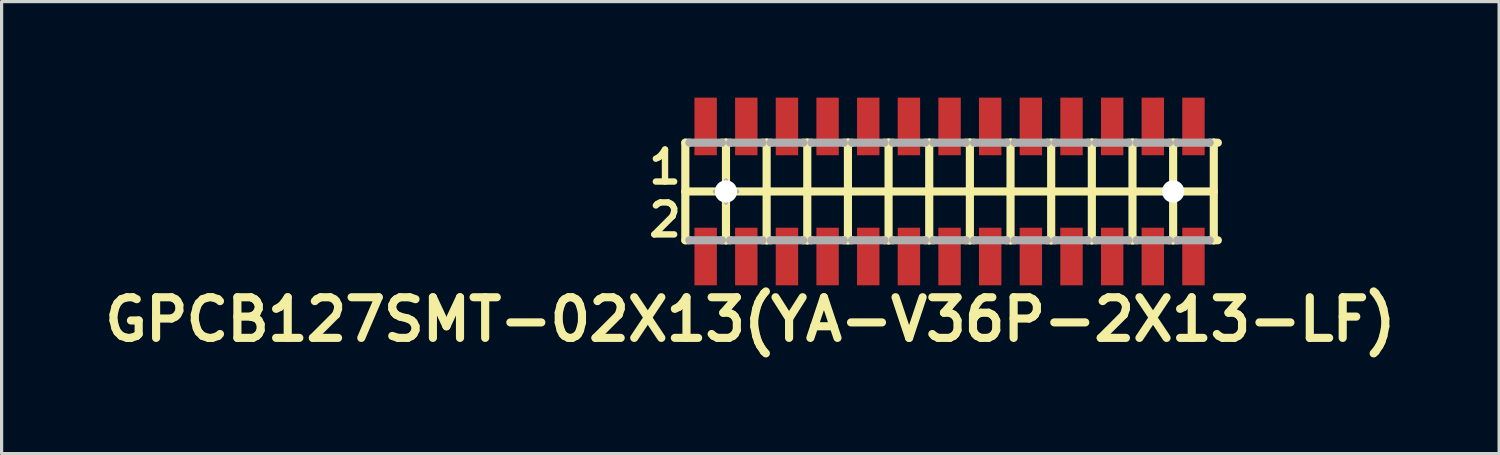
<source format=kicad_pcb>
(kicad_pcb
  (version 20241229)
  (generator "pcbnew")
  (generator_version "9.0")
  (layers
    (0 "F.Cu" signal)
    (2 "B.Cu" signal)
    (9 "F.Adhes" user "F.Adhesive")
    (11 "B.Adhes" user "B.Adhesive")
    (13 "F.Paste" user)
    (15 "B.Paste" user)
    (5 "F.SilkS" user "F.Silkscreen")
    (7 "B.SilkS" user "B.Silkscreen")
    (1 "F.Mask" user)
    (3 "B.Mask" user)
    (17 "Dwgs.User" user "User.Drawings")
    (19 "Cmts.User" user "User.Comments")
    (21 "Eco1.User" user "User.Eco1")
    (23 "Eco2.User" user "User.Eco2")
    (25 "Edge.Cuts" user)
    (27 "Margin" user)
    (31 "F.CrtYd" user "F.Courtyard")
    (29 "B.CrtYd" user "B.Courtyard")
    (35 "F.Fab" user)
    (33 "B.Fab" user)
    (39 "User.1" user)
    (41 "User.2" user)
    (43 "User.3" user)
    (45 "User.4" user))
  (footprint "GPCB127SMT-02X13(YA-V36P-2X13-LF)"
    (layer "F.Cu")
    (at 26.616 2.932)
    (property "Reference" "GPCB127SMT-02X13(YA-V36P-2X13-LF)" (at -6.223 4 0) (layer "F.SilkS") (effects (font (size 1.27 1.27) (thickness 0.254))))
    (attr smd)
    (fp_line (start -8.255 -1.524) (end -8.255 0) (stroke (width 0.254) (type solid)) (layer "F.SilkS"))
    (fp_line (start -8.255 0) (end -8.255 1.524) (stroke (width 0.254) (type solid)) (layer "F.SilkS"))
    (fp_line (start -8.255 0) (end -6.985 0) (stroke (width 0.254) (type solid)) (layer "F.SilkS"))
    (fp_line (start -8.255 1.524) (end -8.128 1.524) (stroke (width 0.254) (type solid)) (layer "F.SilkS"))
    (fp_line (start -8.128 -1.524) (end -8.255 -1.524) (stroke (width 0.254) (type solid)) (layer "F.SilkS"))
    (fp_line (start -7.112 -1.524) (end -6.985 -1.524) (stroke (width 0.254) (type solid)) (layer "F.SilkS"))
    (fp_line (start -7.112 1.524) (end -6.985 1.524) (stroke (width 0.254) (type solid)) (layer "F.SilkS"))
    (fp_line (start -6.985 -1.524) (end -6.858 -1.524) (stroke (width 0.254) (type solid)) (layer "F.SilkS"))
    (fp_line (start -6.985 0) (end -6.985 -1.524) (stroke (width 0.254) (type solid)) (layer "F.SilkS"))
    (fp_line (start -6.985 0) (end -5.715 0) (stroke (width 0.254) (type solid)) (layer "F.SilkS"))
    (fp_line (start -6.985 1.524) (end -6.985 0) (stroke (width 0.254) (type solid)) (layer "F.SilkS"))
    (fp_line (start -6.985 1.524) (end -6.858 1.524) (stroke (width 0.254) (type solid)) (layer "F.SilkS"))
    (fp_line (start -5.842 -1.524) (end -5.715 -1.524) (stroke (width 0.254) (type solid)) (layer "F.SilkS"))
    (fp_line (start -5.842 1.524) (end -5.715 1.524) (stroke (width 0.254) (type solid)) (layer "F.SilkS"))
    (fp_line (start -5.715 -1.524) (end -5.588 -1.524) (stroke (width 0.254) (type solid)) (layer "F.SilkS"))
    (fp_line (start -5.715 0) (end -5.715 -1.524) (stroke (width 0.254) (type solid)) (layer "F.SilkS"))
    (fp_line (start -5.715 0) (end -4.445 0) (stroke (width 0.254) (type solid)) (layer "F.SilkS"))
    (fp_line (start -5.715 1.524) (end -5.715 0) (stroke (width 0.254) (type solid)) (layer "F.SilkS"))
    (fp_line (start -5.715 1.524) (end -5.588 1.524) (stroke (width 0.254) (type solid)) (layer "F.SilkS"))
    (fp_line (start -4.572 -1.524) (end -4.445 -1.524) (stroke (width 0.254) (type solid)) (layer "F.SilkS"))
    (fp_line (start -4.572 1.524) (end -4.445 1.524) (stroke (width 0.254) (type solid)) (layer "F.SilkS"))
    (fp_line (start -4.445 -1.524) (end -4.318 -1.524) (stroke (width 0.254) (type solid)) (layer "F.SilkS"))
    (fp_line (start -4.445 0) (end -4.445 -1.524) (stroke (width 0.254) (type solid)) (layer "F.SilkS"))
    (fp_line (start -4.445 0) (end -3.175 0) (stroke (width 0.254) (type solid)) (layer "F.SilkS"))
    (fp_line (start -4.445 1.524) (end -4.445 0) (stroke (width 0.254) (type solid)) (layer "F.SilkS"))
    (fp_line (start -4.445 1.524) (end -4.318 1.524) (stroke (width 0.254) (type solid)) (layer "F.SilkS"))
    (fp_line (start -3.302 -1.524) (end -3.175 -1.524) (stroke (width 0.254) (type solid)) (layer "F.SilkS"))
    (fp_line (start -3.302 1.524) (end -3.175 1.524) (stroke (width 0.254) (type solid)) (layer "F.SilkS"))
    (fp_line (start -3.175 -1.524) (end -3.048 -1.524) (stroke (width 0.254) (type solid)) (layer "F.SilkS"))
    (fp_line (start -3.175 0) (end -3.175 -1.524) (stroke (width 0.254) (type solid)) (layer "F.SilkS"))
    (fp_line (start -3.175 0) (end -1.905 0) (stroke (width 0.254) (type solid)) (layer "F.SilkS"))
    (fp_line (start -3.175 1.524) (end -3.175 0) (stroke (width 0.254) (type solid)) (layer "F.SilkS"))
    (fp_line (start -3.175 1.524) (end -3.048 1.524) (stroke (width 0.254) (type solid)) (layer "F.SilkS"))
    (fp_line (start -2.032 -1.524) (end -1.905 -1.524) (stroke (width 0.254) (type solid)) (layer "F.SilkS"))
    (fp_line (start -2.032 1.524) (end -1.905 1.524) (stroke (width 0.254) (type solid)) (layer "F.SilkS"))
    (fp_line (start -1.905 -1.524) (end -1.778 -1.524) (stroke (width 0.254) (type solid)) (layer "F.SilkS"))
    (fp_line (start -1.905 0) (end -1.905 -1.524) (stroke (width 0.254) (type solid)) (layer "F.SilkS"))
    (fp_line (start -1.905 0) (end -0.635 0) (stroke (width 0.254) (type solid)) (layer "F.SilkS"))
    (fp_line (start -1.905 1.524) (end -1.905 0) (stroke (width 0.254) (type solid)) (layer "F.SilkS"))
    (fp_line (start -1.905 1.524) (end -1.778 1.524) (stroke (width 0.254) (type solid)) (layer "F.SilkS"))
    (fp_line (start -0.762 -1.524) (end -0.635 -1.524) (stroke (width 0.254) (type solid)) (layer "F.SilkS"))
    (fp_line (start -0.762 1.524) (end -0.635 1.524) (stroke (width 0.254) (type solid)) (layer "F.SilkS"))
    (fp_line (start -0.635 -1.524) (end -0.508 -1.524) (stroke (width 0.254) (type solid)) (layer "F.SilkS"))
    (fp_line (start -0.635 0) (end -0.635 -1.524) (stroke (width 0.254) (type solid)) (layer "F.SilkS"))
    (fp_line (start -0.635 0) (end 0.635 0) (stroke (width 0.254) (type solid)) (layer "F.SilkS"))
    (fp_line (start -0.635 1.524) (end -0.635 0) (stroke (width 0.254) (type solid)) (layer "F.SilkS"))
    (fp_line (start -0.635 1.524) (end -0.508 1.524) (stroke (width 0.254) (type solid)) (layer "F.SilkS"))
    (fp_line (start 0.508 -1.524) (end 0.635 -1.524) (stroke (width 0.254) (type solid)) (layer "F.SilkS"))
    (fp_line (start 0.508 1.524) (end 0.635 1.524) (stroke (width 0.254) (type solid)) (layer "F.SilkS"))
    (fp_line (start 0.635 -1.524) (end 0.762 -1.524) (stroke (width 0.254) (type solid)) (layer "F.SilkS"))
    (fp_line (start 0.635 0) (end 0.635 -1.524) (stroke (width 0.254) (type solid)) (layer "F.SilkS"))
    (fp_line (start 0.635 0) (end 1.905 0) (stroke (width 0.254) (type solid)) (layer "F.SilkS"))
    (fp_line (start 0.635 1.524) (end 0.635 0) (stroke (width 0.254) (type solid)) (layer "F.SilkS"))
    (fp_line (start 0.635 1.524) (end 0.762 1.524) (stroke (width 0.254) (type solid)) (layer "F.SilkS"))
    (fp_line (start 1.778 -1.524) (end 1.905 -1.524) (stroke (width 0.254) (type solid)) (layer "F.SilkS"))
    (fp_line (start 1.778 1.524) (end 1.905 1.524) (stroke (width 0.254) (type solid)) (layer "F.SilkS"))
    (fp_line (start 1.905 -1.524) (end 2.032 -1.524) (stroke (width 0.254) (type solid)) (layer "F.SilkS"))
    (fp_line (start 1.905 0) (end 1.905 -1.524) (stroke (width 0.254) (type solid)) (layer "F.SilkS"))
    (fp_line (start 1.905 0) (end 3.175 0) (stroke (width 0.254) (type solid)) (layer "F.SilkS"))
    (fp_line (start 1.905 1.524) (end 1.905 0) (stroke (width 0.254) (type solid)) (layer "F.SilkS"))
    (fp_line (start 1.905 1.524) (end 2.032 1.524) (stroke (width 0.254) (type solid)) (layer "F.SilkS"))
    (fp_line (start 3.048 -1.524) (end 3.302 -1.524) (stroke (width 0.254) (type solid)) (layer "F.SilkS"))
    (fp_line (start 3.048 1.524) (end 3.175 1.524) (stroke (width 0.254) (type solid)) (layer "F.SilkS"))
    (fp_line (start 3.175 0) (end 3.175 -1.524) (stroke (width 0.254) (type solid)) (layer "F.SilkS"))
    (fp_line (start 3.175 0) (end 4.445 0) (stroke (width 0.254) (type solid)) (layer "F.SilkS"))
    (fp_line (start 3.175 1.524) (end 3.175 0) (stroke (width 0.254) (type solid)) (layer "F.SilkS"))
    (fp_line (start 3.175 1.524) (end 3.302 1.524) (stroke (width 0.254) (type solid)) (layer "F.SilkS"))
    (fp_line (start 4.318 -1.524) (end 4.445 -1.524) (stroke (width 0.254) (type solid)) (layer "F.SilkS"))
    (fp_line (start 4.445 -1.524) (end 4.445 0) (stroke (width 0.254) (type solid)) (layer "F.SilkS"))
    (fp_line (start 4.445 0) (end 4.445 1.524) (stroke (width 0.254) (type solid)) (layer "F.SilkS"))
    (fp_line (start 4.445 0) (end 5.715 0) (stroke (width 0.254) (type solid)) (layer "F.SilkS"))
    (fp_line (start 4.445 1.524) (end 4.318 1.524) (stroke (width 0.254) (type solid)) (layer "F.SilkS"))
    (fp_line (start 4.445 1.524) (end 4.572 1.524) (stroke (width 0.254) (type solid)) (layer "F.SilkS"))
    (fp_line (start 4.572 -1.524) (end 4.445 -1.524) (stroke (width 0.254) (type solid)) (layer "F.SilkS"))
    (fp_line (start 5.588 -1.524) (end 5.715 -1.524) (stroke (width 0.254) (type solid)) (layer "F.SilkS"))
    (fp_line (start 5.588 1.524) (end 5.715 1.524) (stroke (width 0.254) (type solid)) (layer "F.SilkS"))
    (fp_line (start 5.715 -1.524) (end 5.842 -1.524) (stroke (width 0.254) (type solid)) (layer "F.SilkS"))
    (fp_line (start 5.715 0) (end 5.715 -1.524) (stroke (width 0.254) (type solid)) (layer "F.SilkS"))
    (fp_line (start 5.715 0) (end 6.985 0) (stroke (width 0.254) (type solid)) (layer "F.SilkS"))
    (fp_line (start 5.715 1.524) (end 5.715 0) (stroke (width 0.254) (type solid)) (layer "F.SilkS"))
    (fp_line (start 5.715 1.524) (end 5.842 1.524) (stroke (width 0.254) (type solid)) (layer "F.SilkS"))
    (fp_line (start 6.858 -1.524) (end 6.985 -1.524) (stroke (width 0.254) (type solid)) (layer "F.SilkS"))
    (fp_line (start 6.858 1.524) (end 6.985 1.524) (stroke (width 0.254) (type solid)) (layer "F.SilkS"))
    (fp_line (start 6.985 -1.524) (end 7.112 -1.524) (stroke (width 0.254) (type solid)) (layer "F.SilkS"))
    (fp_line (start 6.985 0) (end 6.985 -1.524) (stroke (width 0.254) (type solid)) (layer "F.SilkS"))
    (fp_line (start 6.985 0) (end 8.255 0) (stroke (width 0.254) (type solid)) (layer "F.SilkS"))
    (fp_line (start 6.985 1.524) (end 6.985 0) (stroke (width 0.254) (type solid)) (layer "F.SilkS"))
    (fp_line (start 6.985 1.524) (end 7.112 1.524) (stroke (width 0.254) (type solid)) (layer "F.SilkS"))
    (fp_line (start 8.128 -1.524) (end 8.255 -1.524) (stroke (width 0.254) (type solid)) (layer "F.SilkS"))
    (fp_line (start 8.128 1.524) (end 8.255 1.524) (stroke (width 0.254) (type solid)) (layer "F.SilkS"))
    (fp_line (start 8.255 -1.524) (end 8.382 -1.524) (stroke (width 0.254) (type solid)) (layer "F.SilkS"))
    (fp_line (start 8.255 0) (end 8.255 -1.524) (stroke (width 0.254) (type solid)) (layer "F.SilkS"))
    (fp_line (start 8.255 1.524) (end 8.255 0) (stroke (width 0.254) (type solid)) (layer "F.SilkS"))
    (fp_line (start 8.255 1.524) (end 8.382 1.524) (stroke (width 0.254) (type solid)) (layer "F.SilkS"))
    (fp_line (start -8.128 -1.524) (end -7.112 -1.524) (stroke (width 0.254) (type solid)) (layer "F.Fab"))
    (fp_line (start -8.128 1.524) (end -7.112 1.524) (stroke (width 0.254) (type solid)) (layer "F.Fab"))
    (fp_line (start -7.333 0) (end -6.634 0) (stroke (width 0.127) (type solid)) (layer "F.Fab"))
    (fp_line (start -6.985 0.348) (end -6.985 -0.348) (stroke (width 0.127) (type solid)) (layer "F.Fab"))
    (fp_line (start -6.858 -1.524) (end -5.842 -1.524) (stroke (width 0.254) (type solid)) (layer "F.Fab"))
    (fp_line (start -6.858 1.524) (end -5.842 1.524) (stroke (width 0.254) (type solid)) (layer "F.Fab"))
    (fp_line (start -5.588 -1.524) (end -4.572 -1.524) (stroke (width 0.254) (type solid)) (layer "F.Fab"))
    (fp_line (start -5.588 1.524) (end -4.572 1.524) (stroke (width 0.254) (type solid)) (layer "F.Fab"))
    (fp_line (start -4.318 -1.524) (end -3.302 -1.524) (stroke (width 0.254) (type solid)) (layer "F.Fab"))
    (fp_line (start -4.318 1.524) (end -3.302 1.524) (stroke (width 0.254) (type solid)) (layer "F.Fab"))
    (fp_line (start -3.048 -1.524) (end -2.032 -1.524) (stroke (width 0.254) (type solid)) (layer "F.Fab"))
    (fp_line (start -3.048 1.524) (end -2.032 1.524) (stroke (width 0.254) (type solid)) (layer "F.Fab"))
    (fp_line (start -1.778 -1.524) (end -0.762 -1.524) (stroke (width 0.254) (type solid)) (layer "F.Fab"))
    (fp_line (start -1.778 1.524) (end -0.762 1.524) (stroke (width 0.254) (type solid)) (layer "F.Fab"))
    (fp_line (start -0.508 -1.524) (end 0.508 -1.524) (stroke (width 0.254) (type solid)) (layer "F.Fab"))
    (fp_line (start -0.508 1.524) (end 0.508 1.524) (stroke (width 0.254) (type solid)) (layer "F.Fab"))
    (fp_line (start 0.762 -1.524) (end 1.778 -1.524) (stroke (width 0.254) (type solid)) (layer "F.Fab"))
    (fp_line (start 0.762 1.524) (end 1.778 1.524) (stroke (width 0.254) (type solid)) (layer "F.Fab"))
    (fp_line (start 2.032 -1.524) (end 3.048 -1.524) (stroke (width 0.254) (type solid)) (layer "F.Fab"))
    (fp_line (start 2.032 1.524) (end 3.048 1.524) (stroke (width 0.254) (type solid)) (layer "F.Fab"))
    (fp_line (start 3.302 -1.524) (end 4.318 -1.524) (stroke (width 0.254) (type solid)) (layer "F.Fab"))
    (fp_line (start 3.302 1.524) (end 4.318 1.524) (stroke (width 0.254) (type solid)) (layer "F.Fab"))
    (fp_line (start 4.572 -1.524) (end 5.588 -1.524) (stroke (width 0.254) (type solid)) (layer "F.Fab"))
    (fp_line (start 4.572 1.524) (end 5.588 1.524) (stroke (width 0.254) (type solid)) (layer "F.Fab"))
    (fp_line (start 5.842 -1.524) (end 6.858 -1.524) (stroke (width 0.254) (type solid)) (layer "F.Fab"))
    (fp_line (start 5.842 1.524) (end 6.858 1.524) (stroke (width 0.254) (type solid)) (layer "F.Fab"))
    (fp_line (start 7.112 -1.524) (end 8.128 -1.524) (stroke (width 0.254) (type solid)) (layer "F.Fab"))
    (fp_line (start 7.112 1.524) (end 8.128 1.524) (stroke (width 0.254) (type solid)) (layer "F.Fab"))
    (fp_circle (center -6.985 0) (end -7.158 0.173) (stroke (width 0.127) (type solid)) (fill no) (layer "F.Fab"))
    (fp_text user "1" (at -8.89 -0.762 0) (layer "F.SilkS") (effects (font (size 1 1) (thickness 0.2))))
    (fp_text user "2" (at -8.89 0.889 0) (layer "F.SilkS") (effects (font (size 1 1) (thickness 0.2))))
    (pad "" np_thru_hole circle (at -6.985 0 90) (size 0.7 0.7) (drill 0.7) (layers "*.Cu" "*.Mask"))
    (pad "" np_thru_hole circle (at 6.985 0 90) (size 0.7 0.7) (drill 0.7) (layers "*.Cu" "*.Mask"))
    (pad "1" smd rect (at -7.62 -2.032 270) (size 1.8 0.7) (layers "F.Cu" "F.Mask" "F.Paste"))
    (pad "2" smd rect (at -7.62 2.032 270) (size 1.8 0.7) (layers "F.Cu" "F.Mask" "F.Paste"))
    (pad "3" smd rect (at -6.35 -2.032 270) (size 1.8 0.7) (layers "F.Cu" "F.Mask" "F.Paste"))
    (pad "4" smd rect (at -6.35 2.032 270) (size 1.8 0.7) (layers "F.Cu" "F.Mask" "F.Paste"))
    (pad "5" smd rect (at -5.08 -2.032 270) (size 1.8 0.7) (layers "F.Cu" "F.Mask" "F.Paste"))
    (pad "6" smd rect (at -5.08 2.032 270) (size 1.8 0.7) (layers "F.Cu" "F.Mask" "F.Paste"))
    (pad "7" smd rect (at -3.81 -2.032 270) (size 1.8 0.7) (layers "F.Cu" "F.Mask" "F.Paste"))
    (pad "8" smd rect (at -3.81 2.032 270) (size 1.8 0.7) (layers "F.Cu" "F.Mask" "F.Paste"))
    (pad "9" smd rect (at -2.54 -2.032 270) (size 1.8 0.7) (layers "F.Cu" "F.Mask" "F.Paste"))
    (pad "10" smd rect (at -2.54 2.032 270) (size 1.8 0.7) (layers "F.Cu" "F.Mask" "F.Paste"))
    (pad "11" smd rect (at -1.27 -2.032 270) (size 1.8 0.7) (layers "F.Cu" "F.Mask" "F.Paste"))
    (pad "12" smd rect (at -1.27 2.032 270) (size 1.8 0.7) (layers "F.Cu" "F.Mask" "F.Paste"))
    (pad "13" smd rect (at 0 -2.032 90) (size 1.8 0.7) (layers "F.Cu" "F.Mask" "F.Paste"))
    (pad "14" smd rect (at 0 2.032 90) (size 1.8 0.7) (layers "F.Cu" "F.Mask" "F.Paste"))
    (pad "15" smd rect (at 1.27 -2.032 90) (size 1.8 0.7) (layers "F.Cu" "F.Mask" "F.Paste"))
    (pad "16" smd rect (at 1.27 2.032 90) (size 1.8 0.7) (layers "F.Cu" "F.Mask" "F.Paste"))
    (pad "17" smd rect (at 2.54 -2.032 90) (size 1.8 0.7) (layers "F.Cu" "F.Mask" "F.Paste"))
    (pad "18" smd rect (at 2.54 2.032 90) (size 1.8 0.7) (layers "F.Cu" "F.Mask" "F.Paste"))
    (pad "19" smd rect (at 3.81 -2.032 90) (size 1.8 0.7) (layers "F.Cu" "F.Mask" "F.Paste"))
    (pad "20" smd rect (at 3.81 2.032 90) (size 1.8 0.7) (layers "F.Cu" "F.Mask" "F.Paste"))
    (pad "21" smd rect (at 5.08 -2.032 270) (size 1.8 0.7) (layers "F.Cu" "F.Mask" "F.Paste"))
    (pad "22" smd rect (at 5.08 2.032 270) (size 1.8 0.7) (layers "F.Cu" "F.Mask" "F.Paste"))
    (pad "23" smd rect (at 6.35 -2.032 270) (size 1.8 0.7) (layers "F.Cu" "F.Mask" "F.Paste"))
    (pad "24" smd rect (at 6.35 2.032 270) (size 1.8 0.7) (layers "F.Cu" "F.Mask" "F.Paste"))
    (pad "25" smd rect (at 7.62 -2.032 270) (size 1.8 0.7) (layers "F.Cu" "F.Mask" "F.Paste"))
    (pad "26" smd rect (at 7.62 2.032 270) (size 1.8 0.7) (layers "F.Cu" "F.Mask" "F.Paste")))
  (gr_rect
    (start -3 -3)
    (end 43.785 11.121)
    (stroke (width 0.1) (type default))
    (fill no)
    (layer "Edge.Cuts")))
</source>
